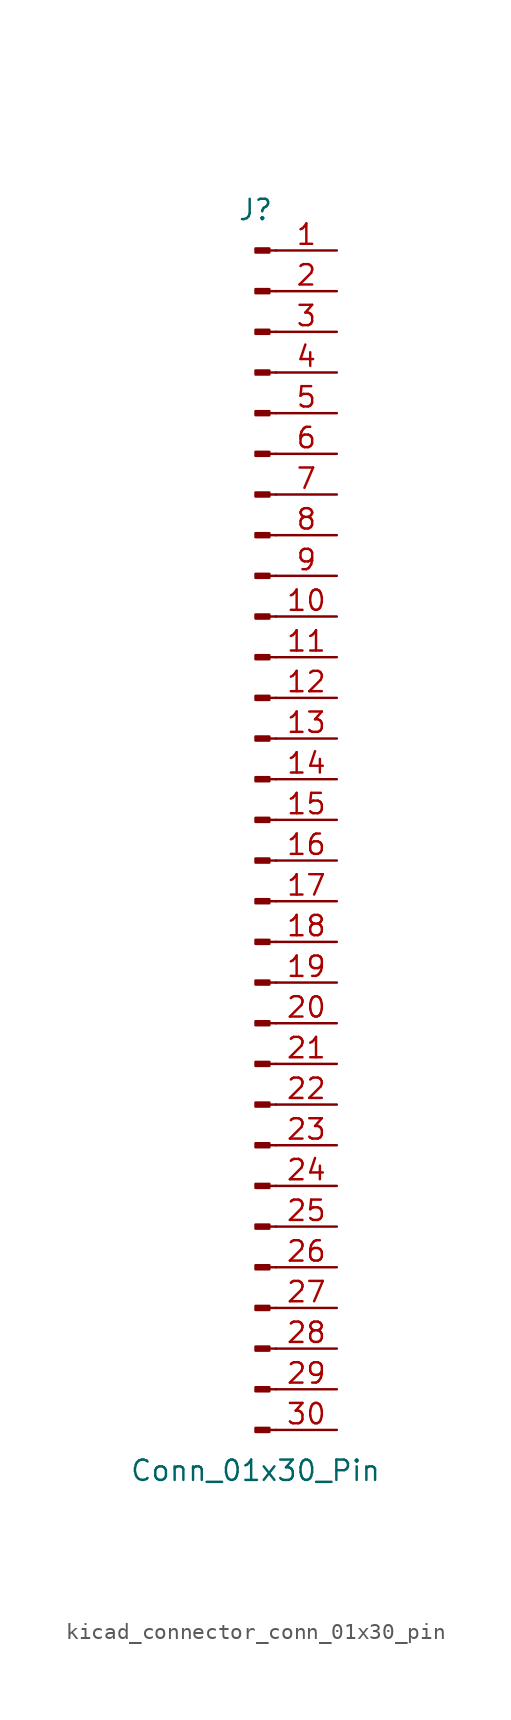
<source format=kicad_sym>
(kicad_symbol_lib
  (version 20220914)
  (generator kicad_symbol_editor)
  (symbol "kicad_connector_conn_01x30_pin"
    (pin_names
      (offset 1.016) hide)
    (property "Reference" "J"
      (at 0 38.1 0)
      (effects (font (size 1.27 1.27))))
    (property "Value" "Conn_01x30_Pin"
      (at 0 -40.64 0)
      (effects (font (size 1.27 1.27))))
    (property "ki_locked" ""
      (at 0 0 0)
      (effects (font (size 1.27 1.27))))
    (symbol "kicad_connector_conn_01x30_pin_1_1"
      (polyline (pts (xy 1.27 -38.1) (xy 0.864 -38.1)) (stroke (width 0.152) (type default)) (fill (type none)))
      (polyline (pts (xy 1.27 -35.56) (xy 0.864 -35.56)) (stroke (width 0.152) (type default)) (fill (type none)))
      (polyline (pts (xy 1.27 -33.02) (xy 0.864 -33.02)) (stroke (width 0.152) (type default)) (fill (type none)))
      (polyline (pts (xy 1.27 -30.48) (xy 0.864 -30.48)) (stroke (width 0.152) (type default)) (fill (type none)))
      (polyline (pts (xy 1.27 -27.94) (xy 0.864 -27.94)) (stroke (width 0.152) (type default)) (fill (type none)))
      (polyline (pts (xy 1.27 -25.4) (xy 0.864 -25.4)) (stroke (width 0.152) (type default)) (fill (type none)))
      (polyline (pts (xy 1.27 -22.86) (xy 0.864 -22.86)) (stroke (width 0.152) (type default)) (fill (type none)))
      (polyline (pts (xy 1.27 -20.32) (xy 0.864 -20.32)) (stroke (width 0.152) (type default)) (fill (type none)))
      (polyline (pts (xy 1.27 -17.78) (xy 0.864 -17.78)) (stroke (width 0.152) (type default)) (fill (type none)))
      (polyline (pts (xy 1.27 -15.24) (xy 0.864 -15.24)) (stroke (width 0.152) (type default)) (fill (type none)))
      (polyline (pts (xy 1.27 -12.7) (xy 0.864 -12.7)) (stroke (width 0.152) (type default)) (fill (type none)))
      (polyline (pts (xy 1.27 -10.16) (xy 0.864 -10.16)) (stroke (width 0.152) (type default)) (fill (type none)))
      (polyline (pts (xy 1.27 -7.62) (xy 0.864 -7.62)) (stroke (width 0.152) (type default)) (fill (type none)))
      (polyline (pts (xy 1.27 -5.08) (xy 0.864 -5.08)) (stroke (width 0.152) (type default)) (fill (type none)))
      (polyline (pts (xy 1.27 -2.54) (xy 0.864 -2.54)) (stroke (width 0.152) (type default)) (fill (type none)))
      (polyline (pts (xy 1.27 0) (xy 0.864 0)) (stroke (width 0.152) (type default)) (fill (type none)))
      (polyline (pts (xy 1.27 2.54) (xy 0.864 2.54)) (stroke (width 0.152) (type default)) (fill (type none)))
      (polyline (pts (xy 1.27 5.08) (xy 0.864 5.08)) (stroke (width 0.152) (type default)) (fill (type none)))
      (polyline (pts (xy 1.27 7.62) (xy 0.864 7.62)) (stroke (width 0.152) (type default)) (fill (type none)))
      (polyline (pts (xy 1.27 10.16) (xy 0.864 10.16)) (stroke (width 0.152) (type default)) (fill (type none)))
      (polyline (pts (xy 1.27 12.7) (xy 0.864 12.7)) (stroke (width 0.152) (type default)) (fill (type none)))
      (polyline (pts (xy 1.27 15.24) (xy 0.864 15.24)) (stroke (width 0.152) (type default)) (fill (type none)))
      (polyline (pts (xy 1.27 17.78) (xy 0.864 17.78)) (stroke (width 0.152) (type default)) (fill (type none)))
      (polyline (pts (xy 1.27 20.32) (xy 0.864 20.32)) (stroke (width 0.152) (type default)) (fill (type none)))
      (polyline (pts (xy 1.27 22.86) (xy 0.864 22.86)) (stroke (width 0.152) (type default)) (fill (type none)))
      (polyline (pts (xy 1.27 25.4) (xy 0.864 25.4)) (stroke (width 0.152) (type default)) (fill (type none)))
      (polyline (pts (xy 1.27 27.94) (xy 0.864 27.94)) (stroke (width 0.152) (type default)) (fill (type none)))
      (polyline (pts (xy 1.27 30.48) (xy 0.864 30.48)) (stroke (width 0.152) (type default)) (fill (type none)))
      (polyline (pts (xy 1.27 33.02) (xy 0.864 33.02)) (stroke (width 0.152) (type default)) (fill (type none)))
      (polyline (pts (xy 1.27 35.56) (xy 0.864 35.56)) (stroke (width 0.152) (type default)) (fill (type none)))
      (rectangle (start 0.864 -37.973) (end 0 -38.227) (stroke (width 0.152) (type default)) (fill (type outline)))
      (rectangle (start 0.864 -35.433) (end 0 -35.687) (stroke (width 0.152) (type default)) (fill (type outline)))
      (rectangle (start 0.864 -32.893) (end 0 -33.147) (stroke (width 0.152) (type default)) (fill (type outline)))
      (rectangle (start 0.864 -30.353) (end 0 -30.607) (stroke (width 0.152) (type default)) (fill (type outline)))
      (rectangle (start 0.864 -27.813) (end 0 -28.067) (stroke (width 0.152) (type default)) (fill (type outline)))
      (rectangle (start 0.864 -25.273) (end 0 -25.527) (stroke (width 0.152) (type default)) (fill (type outline)))
      (rectangle (start 0.864 -22.733) (end 0 -22.987) (stroke (width 0.152) (type default)) (fill (type outline)))
      (rectangle (start 0.864 -20.193) (end 0 -20.447) (stroke (width 0.152) (type default)) (fill (type outline)))
      (rectangle (start 0.864 -17.653) (end 0 -17.907) (stroke (width 0.152) (type default)) (fill (type outline)))
      (rectangle (start 0.864 -15.113) (end 0 -15.367) (stroke (width 0.152) (type default)) (fill (type outline)))
      (rectangle (start 0.864 -12.573) (end 0 -12.827) (stroke (width 0.152) (type default)) (fill (type outline)))
      (rectangle (start 0.864 -10.033) (end 0 -10.287) (stroke (width 0.152) (type default)) (fill (type outline)))
      (rectangle (start 0.864 -7.493) (end 0 -7.747) (stroke (width 0.152) (type default)) (fill (type outline)))
      (rectangle (start 0.864 -4.953) (end 0 -5.207) (stroke (width 0.152) (type default)) (fill (type outline)))
      (rectangle (start 0.864 -2.413) (end 0 -2.667) (stroke (width 0.152) (type default)) (fill (type outline)))
      (rectangle (start 0.864 0.127) (end 0 -0.127) (stroke (width 0.152) (type default)) (fill (type outline)))
      (rectangle (start 0.864 2.667) (end 0 2.413) (stroke (width 0.152) (type default)) (fill (type outline)))
      (rectangle (start 0.864 5.207) (end 0 4.953) (stroke (width 0.152) (type default)) (fill (type outline)))
      (rectangle (start 0.864 7.747) (end 0 7.493) (stroke (width 0.152) (type default)) (fill (type outline)))
      (rectangle (start 0.864 10.287) (end 0 10.033) (stroke (width 0.152) (type default)) (fill (type outline)))
      (rectangle (start 0.864 12.827) (end 0 12.573) (stroke (width 0.152) (type default)) (fill (type outline)))
      (rectangle (start 0.864 15.367) (end 0 15.113) (stroke (width 0.152) (type default)) (fill (type outline)))
      (rectangle (start 0.864 17.907) (end 0 17.653) (stroke (width 0.152) (type default)) (fill (type outline)))
      (rectangle (start 0.864 20.447) (end 0 20.193) (stroke (width 0.152) (type default)) (fill (type outline)))
      (rectangle (start 0.864 22.987) (end 0 22.733) (stroke (width 0.152) (type default)) (fill (type outline)))
      (rectangle (start 0.864 25.527) (end 0 25.273) (stroke (width 0.152) (type default)) (fill (type outline)))
      (rectangle (start 0.864 28.067) (end 0 27.813) (stroke (width 0.152) (type default)) (fill (type outline)))
      (rectangle (start 0.864 30.607) (end 0 30.353) (stroke (width 0.152) (type default)) (fill (type outline)))
      (rectangle (start 0.864 33.147) (end 0 32.893) (stroke (width 0.152) (type default)) (fill (type outline)))
      (rectangle (start 0.864 35.687) (end 0 35.433) (stroke (width 0.152) (type default)) (fill (type outline)))
      (pin passive line (at 5.08 35.56 180) (length 3.81) (name "Pin_1" (effects (font (size 1.27 1.27)))) (number "1" (effects (font (size 1.27 1.27)))))
      (pin passive line (at 5.08 12.7 180) (length 3.81) (name "Pin_10" (effects (font (size 1.27 1.27)))) (number "10" (effects (font (size 1.27 1.27)))))
      (pin passive line (at 5.08 10.16 180) (length 3.81) (name "Pin_11" (effects (font (size 1.27 1.27)))) (number "11" (effects (font (size 1.27 1.27)))))
      (pin passive line (at 5.08 7.62 180) (length 3.81) (name "Pin_12" (effects (font (size 1.27 1.27)))) (number "12" (effects (font (size 1.27 1.27)))))
      (pin passive line (at 5.08 5.08 180) (length 3.81) (name "Pin_13" (effects (font (size 1.27 1.27)))) (number "13" (effects (font (size 1.27 1.27)))))
      (pin passive line (at 5.08 2.54 180) (length 3.81) (name "Pin_14" (effects (font (size 1.27 1.27)))) (number "14" (effects (font (size 1.27 1.27)))))
      (pin passive line (at 5.08 0 180) (length 3.81) (name "Pin_15" (effects (font (size 1.27 1.27)))) (number "15" (effects (font (size 1.27 1.27)))))
      (pin passive line (at 5.08 -2.54 180) (length 3.81) (name "Pin_16" (effects (font (size 1.27 1.27)))) (number "16" (effects (font (size 1.27 1.27)))))
      (pin passive line (at 5.08 -5.08 180) (length 3.81) (name "Pin_17" (effects (font (size 1.27 1.27)))) (number "17" (effects (font (size 1.27 1.27)))))
      (pin passive line (at 5.08 -7.62 180) (length 3.81) (name "Pin_18" (effects (font (size 1.27 1.27)))) (number "18" (effects (font (size 1.27 1.27)))))
      (pin passive line (at 5.08 -10.16 180) (length 3.81) (name "Pin_19" (effects (font (size 1.27 1.27)))) (number "19" (effects (font (size 1.27 1.27)))))
      (pin passive line (at 5.08 33.02 180) (length 3.81) (name "Pin_2" (effects (font (size 1.27 1.27)))) (number "2" (effects (font (size 1.27 1.27)))))
      (pin passive line (at 5.08 -12.7 180) (length 3.81) (name "Pin_20" (effects (font (size 1.27 1.27)))) (number "20" (effects (font (size 1.27 1.27)))))
      (pin passive line (at 5.08 -15.24 180) (length 3.81) (name "Pin_21" (effects (font (size 1.27 1.27)))) (number "21" (effects (font (size 1.27 1.27)))))
      (pin passive line (at 5.08 -17.78 180) (length 3.81) (name "Pin_22" (effects (font (size 1.27 1.27)))) (number "22" (effects (font (size 1.27 1.27)))))
      (pin passive line (at 5.08 -20.32 180) (length 3.81) (name "Pin_23" (effects (font (size 1.27 1.27)))) (number "23" (effects (font (size 1.27 1.27)))))
      (pin passive line (at 5.08 -22.86 180) (length 3.81) (name "Pin_24" (effects (font (size 1.27 1.27)))) (number "24" (effects (font (size 1.27 1.27)))))
      (pin passive line (at 5.08 -25.4 180) (length 3.81) (name "Pin_25" (effects (font (size 1.27 1.27)))) (number "25" (effects (font (size 1.27 1.27)))))
      (pin passive line (at 5.08 -27.94 180) (length 3.81) (name "Pin_26" (effects (font (size 1.27 1.27)))) (number "26" (effects (font (size 1.27 1.27)))))
      (pin passive line (at 5.08 -30.48 180) (length 3.81) (name "Pin_27" (effects (font (size 1.27 1.27)))) (number "27" (effects (font (size 1.27 1.27)))))
      (pin passive line (at 5.08 -33.02 180) (length 3.81) (name "Pin_28" (effects (font (size 1.27 1.27)))) (number "28" (effects (font (size 1.27 1.27)))))
      (pin passive line (at 5.08 -35.56 180) (length 3.81) (name "Pin_29" (effects (font (size 1.27 1.27)))) (number "29" (effects (font (size 1.27 1.27)))))
      (pin passive line (at 5.08 30.48 180) (length 3.81) (name "Pin_3" (effects (font (size 1.27 1.27)))) (number "3" (effects (font (size 1.27 1.27)))))
      (pin passive line (at 5.08 -38.1 180) (length 3.81) (name "Pin_30" (effects (font (size 1.27 1.27)))) (number "30" (effects (font (size 1.27 1.27)))))
      (pin passive line (at 5.08 27.94 180) (length 3.81) (name "Pin_4" (effects (font (size 1.27 1.27)))) (number "4" (effects (font (size 1.27 1.27)))))
      (pin passive line (at 5.08 25.4 180) (length 3.81) (name "Pin_5" (effects (font (size 1.27 1.27)))) (number "5" (effects (font (size 1.27 1.27)))))
      (pin passive line (at 5.08 22.86 180) (length 3.81) (name "Pin_6" (effects (font (size 1.27 1.27)))) (number "6" (effects (font (size 1.27 1.27)))))
      (pin passive line (at 5.08 20.32 180) (length 3.81) (name "Pin_7" (effects (font (size 1.27 1.27)))) (number "7" (effects (font (size 1.27 1.27)))))
      (pin passive line (at 5.08 17.78 180) (length 3.81) (name "Pin_8" (effects (font (size 1.27 1.27)))) (number "8" (effects (font (size 1.27 1.27)))))
      (pin passive line (at 5.08 15.24 180) (length 3.81) (name "Pin_9" (effects (font (size 1.27 1.27)))) (number "9" (effects (font (size 1.27 1.27))))))))
</source>
